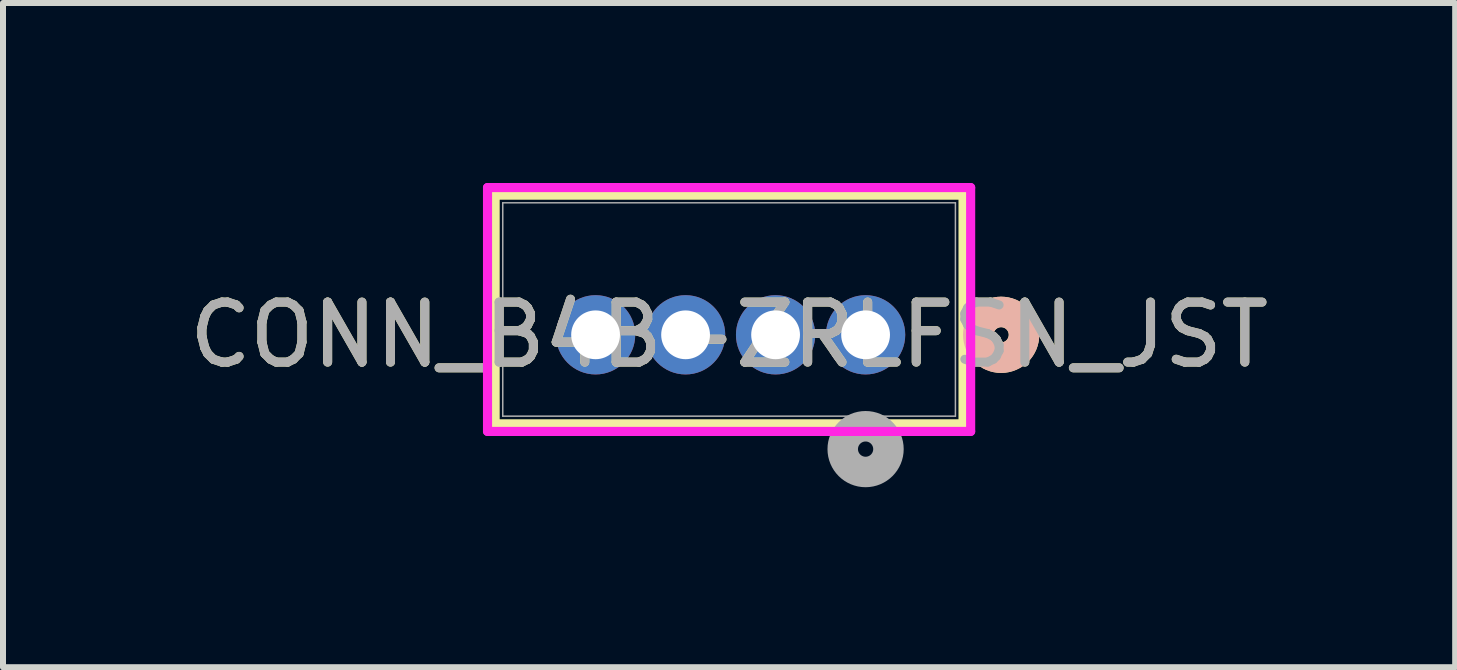
<source format=kicad_pcb>
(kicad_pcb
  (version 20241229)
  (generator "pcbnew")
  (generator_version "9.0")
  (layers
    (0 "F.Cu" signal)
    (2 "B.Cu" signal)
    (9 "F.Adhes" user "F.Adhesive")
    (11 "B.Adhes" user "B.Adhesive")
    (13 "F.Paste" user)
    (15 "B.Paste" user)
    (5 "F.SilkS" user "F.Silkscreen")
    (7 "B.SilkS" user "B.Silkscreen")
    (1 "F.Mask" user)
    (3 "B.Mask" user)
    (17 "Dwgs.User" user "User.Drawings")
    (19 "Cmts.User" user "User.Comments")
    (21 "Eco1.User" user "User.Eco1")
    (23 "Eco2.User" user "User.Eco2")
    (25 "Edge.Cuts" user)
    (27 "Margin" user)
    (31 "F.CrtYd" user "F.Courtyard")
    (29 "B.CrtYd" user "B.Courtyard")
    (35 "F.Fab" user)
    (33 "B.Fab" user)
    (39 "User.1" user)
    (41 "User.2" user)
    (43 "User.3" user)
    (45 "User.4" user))
  (footprint "CONN_B4B-ZRLFSN_JST"
    (layer "F.Cu")
    (at 11.376 2.53)
    (property "Reference" "CONN_B4B-ZRLFSN_JST" (at -2.275 0 0) (unlocked yes) (layer "F.SilkS") (effects (font (size 1 1) (thickness 0.15))))
    (attr through_hole)
    (fp_line (start -6.174 -2.327) (end -6.174 1.483) (stroke (width 0.152) (type solid)) (layer "F.SilkS"))
    (fp_line (start -6.174 1.483) (end 1.624 1.483) (stroke (width 0.152) (type solid)) (layer "F.SilkS"))
    (fp_line (start 1.624 -2.327) (end -6.174 -2.327) (stroke (width 0.152) (type solid)) (layer "F.SilkS"))
    (fp_line (start 1.624 1.483) (end 1.624 -2.327) (stroke (width 0.152) (type solid)) (layer "F.SilkS"))
    (fp_circle (center 2.259 0) (end 2.64 0) (stroke (width 0.508) (type solid)) (fill no) (layer "F.SilkS"))
    (fp_circle (center 2.259 0) (end 2.64 0) (stroke (width 0.508) (type solid)) (fill no) (layer "B.SilkS"))
    (fp_line (start -6.301 -2.454) (end -6.301 1.61) (stroke (width 0.152) (type solid)) (layer "F.CrtYd"))
    (fp_line (start -6.301 1.61) (end 1.751 1.61) (stroke (width 0.152) (type solid)) (layer "F.CrtYd"))
    (fp_line (start 1.751 -2.454) (end -6.301 -2.454) (stroke (width 0.152) (type solid)) (layer "F.CrtYd"))
    (fp_line (start 1.751 1.61) (end 1.751 -2.454) (stroke (width 0.152) (type solid)) (layer "F.CrtYd"))
    (fp_line (start -6.047 -2.2) (end -6.047 1.356) (stroke (width 0.025) (type solid)) (layer "F.Fab"))
    (fp_line (start -6.047 1.356) (end 1.497 1.356) (stroke (width 0.025) (type solid)) (layer "F.Fab"))
    (fp_line (start 1.497 -2.2) (end -6.047 -2.2) (stroke (width 0.025) (type solid)) (layer "F.Fab"))
    (fp_line (start 1.497 1.356) (end 1.497 -2.2) (stroke (width 0.025) (type solid)) (layer "F.Fab"))
    (fp_circle (center 0 1.905) (end 0.381 1.905) (stroke (width 0.508) (type solid)) (fill no) (layer "F.Fab"))
    (fp_text user "${REFERENCE}" (at -2.275 0 0) (unlocked yes) (layer "F.Fab") (effects (font (size 1 1) (thickness 0.15))))
    (pad "1" thru_hole circle (at 0 0) (size 1.321 1.321) (drill 0.813) (layers "*.Cu" "*.Mask"))
    (pad "2" thru_hole circle (at -1.5 0) (size 1.321 1.321) (drill 0.813) (layers "*.Cu" "*.Mask"))
    (pad "3" thru_hole circle (at -3 0) (size 1.321 1.321) (drill 0.813) (layers "*.Cu" "*.Mask"))
    (pad "4" thru_hole circle (at -4.5 0) (size 1.321 1.321) (drill 0.813) (layers "*.Cu" "*.Mask")))
  (gr_rect
    (start -3 -3)
    (end 21.202 8.07)
    (stroke (width 0.1) (type default))
    (fill no)
    (layer "Edge.Cuts")))
</source>
